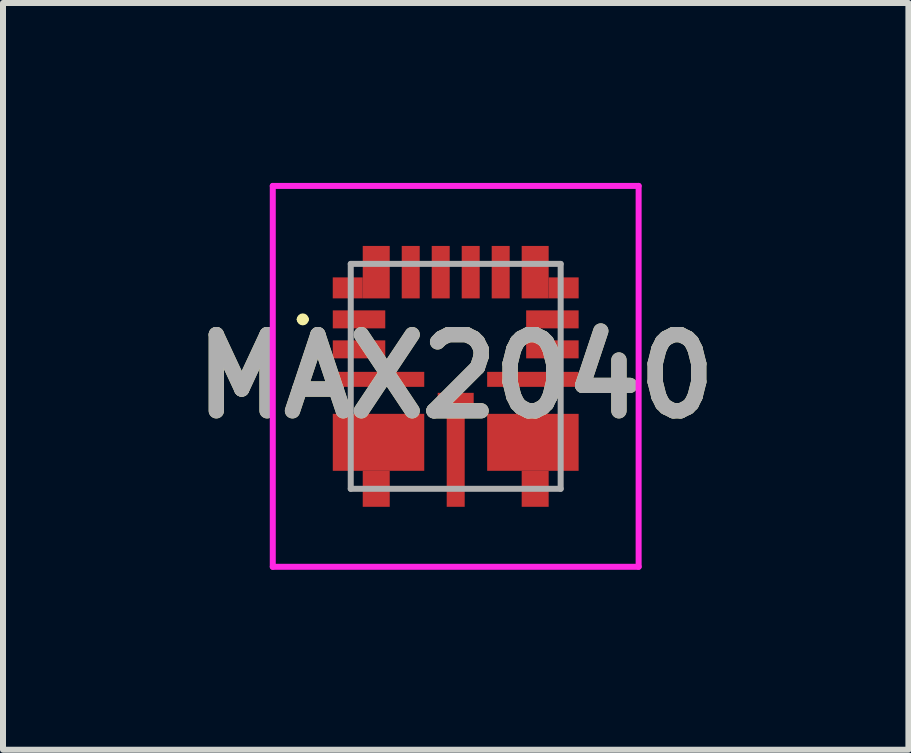
<source format=kicad_pcb>
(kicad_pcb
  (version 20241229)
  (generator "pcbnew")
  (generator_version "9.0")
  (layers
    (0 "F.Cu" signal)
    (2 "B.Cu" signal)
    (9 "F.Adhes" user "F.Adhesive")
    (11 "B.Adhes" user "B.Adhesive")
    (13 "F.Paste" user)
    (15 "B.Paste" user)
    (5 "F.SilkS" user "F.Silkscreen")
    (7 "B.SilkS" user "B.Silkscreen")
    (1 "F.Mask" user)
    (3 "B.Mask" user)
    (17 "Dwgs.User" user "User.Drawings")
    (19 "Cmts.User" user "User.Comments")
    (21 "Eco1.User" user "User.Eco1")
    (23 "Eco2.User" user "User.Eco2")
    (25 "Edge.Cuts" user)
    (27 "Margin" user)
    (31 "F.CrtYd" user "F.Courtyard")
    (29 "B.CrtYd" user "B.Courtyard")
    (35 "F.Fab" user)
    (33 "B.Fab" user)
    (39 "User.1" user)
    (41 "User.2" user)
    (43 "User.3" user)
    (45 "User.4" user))
  (footprint "MAX2040"
    (layer "F.Cu")
    (at 4.548 3.225)
    (property "Reference" "MAX2040" (at 0 0 0) (layer "F.SilkS") (effects (font (size 1.27 1.27) (thickness 0.254))))
    (attr smd)
    (fp_line (start -2.6 -0.95) (end -2.6 -0.95) (stroke (width 0.1) (type solid)) (layer "F.SilkS"))
    (fp_line (start -2.5 -0.95) (end -2.5 -0.95) (stroke (width 0.1) (type solid)) (layer "F.SilkS"))
    (fp_arc (start -2.6 -0.95) (mid -2.55 -1) (end -2.5 -0.95) (stroke (width 0.1) (type solid)) (layer "F.SilkS"))
    (fp_arc (start -2.5 -0.95) (mid -2.55 -0.9) (end -2.6 -0.95) (stroke (width 0.1) (type solid)) (layer "F.SilkS"))
    (fp_line (start -3.05 -3.175) (end 3.05 -3.175) (stroke (width 0.1) (type solid)) (layer "F.CrtYd"))
    (fp_line (start -3.05 3.175) (end -3.05 -3.175) (stroke (width 0.1) (type solid)) (layer "F.CrtYd"))
    (fp_line (start 3.05 -3.175) (end 3.05 3.175) (stroke (width 0.1) (type solid)) (layer "F.CrtYd"))
    (fp_line (start 3.05 3.175) (end -3.05 3.175) (stroke (width 0.1) (type solid)) (layer "F.CrtYd"))
    (fp_line (start -1.75 -1.875) (end 1.75 -1.875) (stroke (width 0.1) (type solid)) (layer "F.Fab"))
    (fp_line (start -1.75 1.875) (end -1.75 -1.875) (stroke (width 0.1) (type solid)) (layer "F.Fab"))
    (fp_line (start 1.75 -1.875) (end 1.75 1.875) (stroke (width 0.1) (type solid)) (layer "F.Fab"))
    (fp_line (start 1.75 1.875) (end -1.75 1.875) (stroke (width 0.1) (type solid)) (layer "F.Fab"))
    (fp_text user "${REFERENCE}" (at 0 0 0) (layer "F.Fab") (effects (font (size 1.27 1.27) (thickness 0.254))))
    (pad "1" smd rect (at -1.612 -0.95 90) (size 0.3 0.875) (layers "F.Cu" "F.Mask" "F.Paste"))
    (pad "2" smd rect (at -1.612 -0.45 90) (size 0.3 0.875) (layers "F.Cu" "F.Mask" "F.Paste"))
    (pad "3" smd rect (at -1.287 0.05 90) (size 0.25 1.525) (layers "F.Cu" "F.Mask" "F.Paste"))
    (pad "4" smd rect (at -1.287 1.1 90) (size 0.95 1.525) (layers "F.Cu" "F.Mask" "F.Paste"))
    (pad "5" smd rect (at -1.325 1.875) (size 0.45 0.6) (layers "F.Cu" "F.Mask" "F.Paste"))
    (pad "6" smd rect (at 0 1.35) (size 0.3 1.65) (layers "F.Cu" "F.Mask" "F.Paste"))
    (pad "7" smd rect (at 1.325 1.875) (size 0.45 0.6) (layers "F.Cu" "F.Mask" "F.Paste"))
    (pad "8" smd rect (at 1.287 1.1 90) (size 0.95 1.525) (layers "F.Cu" "F.Mask" "F.Paste"))
    (pad "9" smd rect (at 1.287 0.05 90) (size 0.25 1.525) (layers "F.Cu" "F.Mask" "F.Paste"))
    (pad "10" smd rect (at 1.612 -0.45 90) (size 0.3 0.875) (layers "F.Cu" "F.Mask" "F.Paste"))
    (pad "11" smd rect (at 1.612 -0.95 90) (size 0.3 0.875) (layers "F.Cu" "F.Mask" "F.Paste"))
    (pad "12" smd rect (at 1.325 -1.737) (size 0.45 0.875) (layers "F.Cu" "F.Mask" "F.Paste"))
    (pad "13" smd rect (at 0.75 -1.737) (size 0.3 0.875) (layers "F.Cu" "F.Mask" "F.Paste"))
    (pad "14" smd rect (at 0.25 -1.737) (size 0.3 0.875) (layers "F.Cu" "F.Mask" "F.Paste"))
    (pad "15" smd rect (at -0.25 -1.737) (size 0.3 0.875) (layers "F.Cu" "F.Mask" "F.Paste"))
    (pad "16" smd rect (at -0.75 -1.737) (size 0.3 0.875) (layers "F.Cu" "F.Mask" "F.Paste"))
    (pad "17" smd rect (at -1.325 -1.737) (size 0.45 0.875) (layers "F.Cu" "F.Mask" "F.Paste"))
    (pad "18" smd rect (at -1.8 -1.475 90) (size 0.35 0.5) (layers "F.Cu" "F.Mask" "F.Paste"))
    (pad "19" smd rect (at 0 0.4 90) (size 0.25 0.6) (layers "F.Cu" "F.Mask" "F.Paste"))
    (pad "20" smd rect (at 1.8 -1.475 90) (size 0.35 0.5) (layers "F.Cu" "F.Mask" "F.Paste")))
  (gr_rect
    (start -3 -3)
    (end 12.096 9.45)
    (stroke (width 0.1) (type default))
    (fill no)
    (layer "Edge.Cuts")))
</source>
